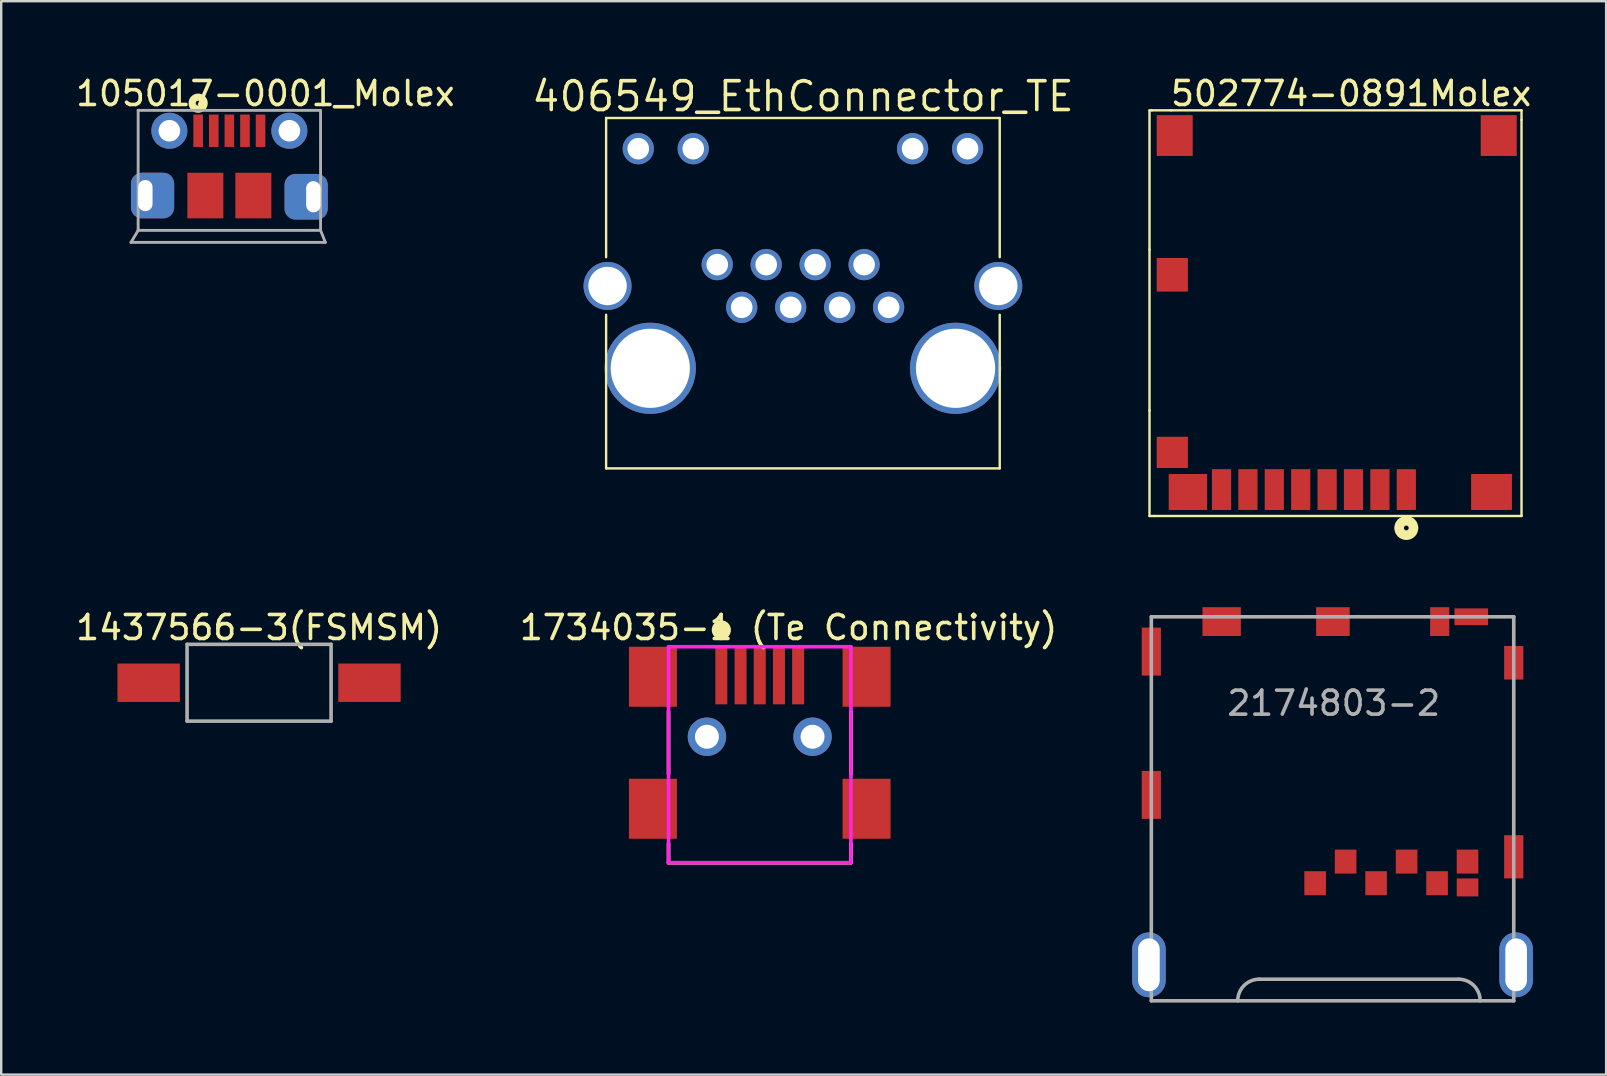
<source format=kicad_pcb>
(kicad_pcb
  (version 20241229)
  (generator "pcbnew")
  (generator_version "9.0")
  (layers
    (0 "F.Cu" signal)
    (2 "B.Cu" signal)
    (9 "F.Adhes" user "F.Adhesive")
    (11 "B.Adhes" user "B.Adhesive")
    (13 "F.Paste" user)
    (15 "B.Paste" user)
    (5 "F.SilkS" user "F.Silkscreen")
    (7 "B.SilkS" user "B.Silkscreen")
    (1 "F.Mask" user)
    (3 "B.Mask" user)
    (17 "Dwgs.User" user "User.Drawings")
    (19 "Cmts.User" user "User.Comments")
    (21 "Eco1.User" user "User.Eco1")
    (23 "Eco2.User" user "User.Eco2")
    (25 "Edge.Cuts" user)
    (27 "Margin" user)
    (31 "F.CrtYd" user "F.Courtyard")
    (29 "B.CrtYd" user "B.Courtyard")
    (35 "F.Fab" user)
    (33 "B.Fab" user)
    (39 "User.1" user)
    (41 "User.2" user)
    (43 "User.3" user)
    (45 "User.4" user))
  (footprint "105017-0001_Molex"
    (layer "F.Cu")
    (at 6.506 4.748)
    (property "Reference" "105017-0001_Molex" (at 1.5 -3.9 0) (layer "F.SilkS") (effects (font (size 1 1) (thickness 0.15))))
    (attr smd)
    (fp_circle (center -1.3 -3.5) (end -1.2 -3.5) (stroke (width 0.3) (type solid)) (fill no) (layer "F.SilkS"))
    (fp_line (start -4.1 2.3) (end -3.8 1.8) (stroke (width 0.12) (type solid)) (layer "F.Fab"))
    (fp_line (start -4.1 2.3) (end 4 2.3) (stroke (width 0.12) (type solid)) (layer "F.Fab"))
    (fp_line (start -3.8 -3.2) (end 3.8 -3.2) (stroke (width 0.12) (type solid)) (layer "F.Fab"))
    (fp_line (start -3.8 1.8) (end -3.8 -3.2) (stroke (width 0.12) (type solid)) (layer "F.Fab"))
    (fp_line (start -3.8 1.8) (end 3.8 1.8) (stroke (width 0.12) (type solid)) (layer "F.Fab"))
    (fp_line (start 3.8 -3.2) (end 3.8 1.8) (stroke (width 0.12) (type solid)) (layer "F.Fab"))
    (fp_line (start 4 2.3) (end 3.8 1.8) (stroke (width 0.12) (type solid)) (layer "F.Fab"))
    (pad "1" smd rect (at -1.3 -2.35) (size 0.4 1.35) (layers "F.Cu" "F.Mask" "F.Paste"))
    (pad "2" smd rect (at -0.65 -2.35) (size 0.4 1.35) (layers "F.Cu" "F.Mask" "F.Paste"))
    (pad "3" smd rect (at 0 -2.35) (size 0.4 1.35) (layers "F.Cu" "F.Mask" "F.Paste"))
    (pad "4" smd rect (at 0.65 -2.35) (size 0.4 1.35) (layers "F.Cu" "F.Mask" "F.Paste"))
    (pad "5" smd rect (at 1.3 -2.35) (size 0.4 1.35) (layers "F.Cu" "F.Mask" "F.Paste"))
    (pad "6" thru_hole circle (at -2.5 -2.35) (size 1.5 1.5) (drill 0.9) (layers "*.Cu" "*.Mask"))
    (pad "7" thru_hole circle (at 2.5 -2.35) (size 1.5 1.5) (drill 0.9) (layers "*.Cu" "*.Mask"))
    (pad "8" smd rect (at -1 0.35) (size 1.5 1.9) (layers "F.Cu" "F.Mask" "F.Paste"))
    (pad "9" smd rect (at 1 0.35) (size 1.5 1.9) (layers "F.Cu" "F.Mask" "F.Paste"))
    (pad "10" thru_hole roundrect (at -3.5 0.35) (size 1.8 1.9) (drill oval 0.6 1.3 (offset 0.3 0)) (layers "*.Cu" "*.Mask") (roundrect_rratio 0.25))
    (pad "11" thru_hole roundrect (at 3.5 0.4) (size 1.8 1.9) (drill oval 0.6 1.3 (offset -0.3 0)) (layers "*.Cu" "*.Mask") (roundrect_rratio 0.25)))
  (footprint "1734035-1 (Te Connectivity)"
    (layer "F.Cu")
    (at 28.604 23.896)
    (property "Reference" "1734035-1 (Te Connectivity)" (at 1.2 -0.8 0) (layer "F.SilkS") (effects (font (size 1 1) (thickness 0.15))))
    (attr smd)
    (fp_line (start -3.8 2.7) (end -3.8 5.3) (stroke (width 0.15) (type solid)) (layer "F.SilkS"))
    (fp_line (start -3.8 8.2) (end -3.8 9) (stroke (width 0.15) (type solid)) (layer "F.SilkS"))
    (fp_line (start -3.8 9) (end 3.8 9) (stroke (width 0.15) (type solid)) (layer "F.SilkS"))
    (fp_line (start 3.8 5.3) (end 3.8 2.7) (stroke (width 0.15) (type solid)) (layer "F.SilkS"))
    (fp_line (start 3.8 9) (end 3.8 8.2) (stroke (width 0.15) (type solid)) (layer "F.SilkS"))
    (fp_circle (center -1.6 -0.7) (end -1.4 -0.7) (stroke (width 0.4) (type solid)) (fill no) (layer "F.SilkS"))
    (fp_line (start -3.8 0) (end -3.8 9) (stroke (width 0.15) (type solid)) (layer "F.CrtYd"))
    (fp_line (start -3.8 9) (end 3.8 9) (stroke (width 0.15) (type solid)) (layer "F.CrtYd"))
    (fp_line (start 3.8 0) (end -3.8 0) (stroke (width 0.15) (type solid)) (layer "F.CrtYd"))
    (fp_line (start 3.8 9) (end 3.8 0) (stroke (width 0.15) (type solid)) (layer "F.CrtYd"))
    (pad "" np_thru_hole circle (at -2.2 3.75) (size 1.6 1.6) (drill 1) (layers "*.Cu" "*.Mask"))
    (pad "" np_thru_hole circle (at 2.2 3.75) (size 1.6 1.6) (drill 1) (layers "*.Cu" "*.Mask"))
    (pad "1" smd rect (at -1.6 1.2) (size 0.5 2.4) (layers "F.Cu" "F.Mask" "F.Paste"))
    (pad "2" smd rect (at -0.8 1.2) (size 0.5 2.4) (layers "F.Cu" "F.Mask" "F.Paste"))
    (pad "3" smd rect (at 0 1.2) (size 0.5 2.4) (layers "F.Cu" "F.Mask" "F.Paste"))
    (pad "4" smd rect (at 0.8 1.2) (size 0.5 2.4) (layers "F.Cu" "F.Mask" "F.Paste"))
    (pad "5" smd rect (at 1.6 1.2) (size 0.5 2.4) (layers "F.Cu" "F.Mask" "F.Paste"))
    (pad "6" smd rect (at -4.45 1.25) (size 2 2.5) (layers "F.Cu" "F.Mask" "F.Paste"))
    (pad "7" smd rect (at 4.45 1.25) (size 2 2.5) (layers "F.Cu" "F.Mask" "F.Paste"))
    (pad "8" smd rect (at -4.45 6.75) (size 2 2.5) (layers "F.Cu" "F.Mask" "F.Paste"))
    (pad "9" smd rect (at 4.45 6.75) (size 2 2.5) (layers "F.Cu" "F.Mask" "F.Paste")))
  (footprint "406549_EthConnector_TE"
    (layer "F.Cu")
    (at 30.403 8.865)
    (property "Reference" "406549_EthConnector_TE" (at 0 -7.9 0) (layer "F.SilkS") (effects (font (size 1.2 1.2) (thickness 0.15))))
    (attr through_hole)
    (fp_line (start -8.2 -7) (end -8.2 -1.2) (stroke (width 0.1) (type solid)) (layer "F.SilkS"))
    (fp_line (start -8.2 -7) (end 8.2 -7) (stroke (width 0.1) (type solid)) (layer "F.SilkS"))
    (fp_line (start -8.2 1.2) (end -8.2 7.6) (stroke (width 0.1) (type solid)) (layer "F.SilkS"))
    (fp_line (start -8.2 7.6) (end 8.2 7.6) (stroke (width 0.1) (type solid)) (layer "F.SilkS"))
    (fp_line (start 8.2 -7) (end 8.2 -1.2) (stroke (width 0.1) (type solid)) (layer "F.SilkS"))
    (fp_line (start 8.2 1.2) (end 8.2 7.6) (stroke (width 0.1) (type solid)) (layer "F.SilkS"))
    (pad "" np_thru_hole circle (at -6.36 3.43) (size 3.8 3.8) (drill 3.3) (layers "*.Cu" "*.Mask"))
    (pad "" np_thru_hole circle (at 6.36 3.43) (size 3.8 3.8) (drill 3.3) (layers "*.Cu" "*.Mask"))
    (pad "1" thru_hole circle (at 3.57 0.89) (size 1.3 1.3) (drill 0.9) (layers "*.Cu" "*.Mask"))
    (pad "2" thru_hole circle (at 2.55 -0.89) (size 1.3 1.3) (drill 0.9) (layers "*.Cu" "*.Mask"))
    (pad "3" thru_hole circle (at 1.53 0.89) (size 1.3 1.3) (drill 0.9) (layers "*.Cu" "*.Mask"))
    (pad "4" thru_hole circle (at 0.51 -0.89) (size 1.3 1.3) (drill 0.9) (layers "*.Cu" "*.Mask"))
    (pad "5" thru_hole circle (at -0.51 0.89) (size 1.3 1.3) (drill 0.9) (layers "*.Cu" "*.Mask"))
    (pad "6" thru_hole circle (at -1.53 -0.89) (size 1.3 1.3) (drill 0.9) (layers "*.Cu" "*.Mask"))
    (pad "7" thru_hole circle (at -2.55 0.89) (size 1.3 1.3) (drill 0.9) (layers "*.Cu" "*.Mask"))
    (pad "8" thru_hole circle (at -3.57 -0.89) (size 1.3 1.3) (drill 0.9) (layers "*.Cu" "*.Mask"))
    (pad "9" thru_hole circle (at 6.86 -5.72) (size 1.3 1.3) (drill 0.9) (layers "*.Cu" "*.Mask"))
    (pad "10" thru_hole circle (at 4.57 -5.72) (size 1.3 1.3) (drill 0.9) (layers "*.Cu" "*.Mask"))
    (pad "11" thru_hole circle (at -4.57 -5.72) (size 1.3 1.3) (drill 0.9) (layers "*.Cu" "*.Mask"))
    (pad "12" thru_hole circle (at -6.86 -5.72) (size 1.3 1.3) (drill 0.9) (layers "*.Cu" "*.Mask"))
    (pad "13" thru_hole circle (at 8.14 0) (size 2 2) (drill 1.6) (layers "*.Cu" "*.Mask"))
    (pad "14" thru_hole circle (at -8.14 0) (size 2 2) (drill 1.6) (layers "*.Cu" "*.Mask")))
  (footprint "1437566-3(FSMSM)"
    (layer "F.Cu")
    (at 7.744 25.396)
    (property "Reference" "1437566-3(FSMSM)" (at 0 -2.3 0) (layer "F.SilkS") (effects (font (size 1 1) (thickness 0.15))))
    (attr through_hole)
    (fp_line (start -3 -1.6) (end 3 -1.6) (stroke (width 0.15) (type solid)) (layer "F.Fab"))
    (fp_line (start -3 1.6) (end -3 -1.6) (stroke (width 0.15) (type solid)) (layer "F.Fab"))
    (fp_line (start 3 -1.6) (end 3 1.6) (stroke (width 0.15) (type solid)) (layer "F.Fab"))
    (fp_line (start 3 1.6) (end -3 1.6) (stroke (width 0.15) (type solid)) (layer "F.Fab"))
    (pad "1" smd rect (at -4.6 0) (size 2.6 1.6) (layers "F.Cu" "F.Mask" "F.Paste"))
    (pad "2" smd rect (at 4.6 0) (size 2.6 1.6) (layers "F.Cu" "F.Mask" "F.Paste")))
  (footprint "2174803-2"
    (layer "F.Cu")
    (at 44.919 22.648)
    (property "Reference" "2174803-2" (at 7.6 3.6 0) (layer "F.Fab") (effects (font (size 1 1) (thickness 0.15))))
    (attr through_hole)
    (fp_line (start 0 0) (end 15.1 0) (stroke (width 0.15) (type solid)) (layer "F.Fab"))
    (fp_line (start 0 16) (end 0 0) (stroke (width 0.15) (type solid)) (layer "F.Fab"))
    (fp_line (start 12.8 15.1) (end 4.5 15.1) (stroke (width 0.15) (type solid)) (layer "F.Fab"))
    (fp_line (start 15.1 0) (end 15.1 16) (stroke (width 0.15) (type solid)) (layer "F.Fab"))
    (fp_line (start 15.1 16) (end 0 16) (stroke (width 0.15) (type solid)) (layer "F.Fab"))
    (fp_arc (start 3.6 16) (mid 3.863604 15.363604) (end 4.5 15.1) (stroke (width 0.15) (type solid)) (layer "F.Fab"))
    (fp_arc (start 12.8 15.1) (mid 13.436396 15.363604) (end 13.7 16) (stroke (width 0.15) (type solid)) (layer "F.Fab"))
    (pad "1" smd rect (at 11.905 11.1) (size 0.9 1) (layers "F.Cu" "F.Mask" "F.Paste"))
    (pad "2" smd rect (at 9.365 11.1) (size 0.9 1) (layers "F.Cu" "F.Mask" "F.Paste"))
    (pad "3" smd rect (at 6.825 11.1) (size 0.9 1) (layers "F.Cu" "F.Mask" "F.Paste"))
    (pad "4" smd rect (at 13.175 10.2) (size 0.9 1) (layers "F.Cu" "F.Mask" "F.Paste"))
    (pad "5" smd rect (at 10.635 10.2) (size 0.9 1) (layers "F.Cu" "F.Mask" "F.Paste"))
    (pad "6" smd rect (at 8.095 10.2) (size 0.9 1) (layers "F.Cu" "F.Mask" "F.Paste"))
    (pad "7" smd rect (at 13.175 11.275) (size 0.9 0.75) (layers "F.Cu" "F.Mask" "F.Paste"))
    (pad "8" thru_hole oval (at 15.2 14.5) (size 1.4 2.7) (drill oval 0.9 2.2) (layers "*.Cu" "*.Mask"))
    (pad "9" smd rect (at 15.1 10) (size 0.8 1.8) (layers "F.Cu" "F.Mask" "F.Paste"))
    (pad "10" smd rect (at 15.1 1.915) (size 0.8 1.4) (layers "F.Cu" "F.Mask" "F.Paste"))
    (pad "11" smd rect (at 13.33 0) (size 1.4 0.7) (layers "F.Cu" "F.Mask" "F.Paste"))
    (pad "12" smd rect (at 12.015 0.2) (size 0.8 1.2) (layers "F.Cu" "F.Mask" "F.Paste"))
    (pad "13" smd rect (at 7.565 0.2) (size 1.4 1.2) (layers "F.Cu" "F.Mask" "F.Paste"))
    (pad "14" smd rect (at 2.93 0.2) (size 1.6 1.2) (layers "F.Cu" "F.Mask" "F.Paste"))
    (pad "15" smd rect (at 0 1.45) (size 0.8 2) (layers "F.Cu" "F.Mask" "F.Paste"))
    (pad "16" smd rect (at 0 7.42) (size 0.8 2) (layers "F.Cu" "F.Mask" "F.Paste"))
    (pad "17" thru_hole oval (at -0.1 14.5) (size 1.4 2.7) (drill oval 0.9 2.2) (layers "*.Cu" "*.Mask")))
  (footprint "502774-0891Molex"
    (layer "F.Cu")
    (at 46.643 1.748)
    (property "Reference" "502774-0891Molex" (at 6.6 -0.9 0) (layer "F.SilkS") (effects (font (size 1 1) (thickness 0.15))))
    (attr through_hole)
    (fp_line (start -1.8 -0.2) (end -1.7 -0.2) (stroke (width 0.1) (type solid)) (layer "F.SilkS"))
    (fp_line (start -1.8 5.6) (end -1.8 -0.2) (stroke (width 0.1) (type solid)) (layer "F.SilkS"))
    (fp_line (start -1.8 12.3) (end -1.8 5.6) (stroke (width 0.1) (type solid)) (layer "F.SilkS"))
    (fp_line (start -1.8 16.7) (end -1.8 12.3) (stroke (width 0.1) (type solid)) (layer "F.SilkS"))
    (fp_line (start -1.7 -0.2) (end -0.9 -0.2) (stroke (width 0.1) (type solid)) (layer "F.SilkS"))
    (fp_line (start -1.6 16.7) (end -1.8 16.7) (stroke (width 0.1) (type solid)) (layer "F.SilkS"))
    (fp_line (start -0.9 -0.2) (end 13.7 -0.2) (stroke (width 0.1) (type solid)) (layer "F.SilkS"))
    (fp_line (start 13.7 -0.2) (end 13.7 0.2) (stroke (width 0.1) (type solid)) (layer "F.SilkS"))
    (fp_line (start 13.7 0.2) (end 13.7 16.7) (stroke (width 0.1) (type solid)) (layer "F.SilkS"))
    (fp_line (start 13.7 16.7) (end -1.6 16.7) (stroke (width 0.1) (type solid)) (layer "F.SilkS"))
    (fp_circle (center 8.9 17.2) (end 8.9 17.3) (stroke (width 0.4) (type solid)) (fill no) (layer "F.SilkS"))
    (pad "1" smd rect (at 8.9 15.6) (size 0.8 1.7) (layers "F.Cu" "F.Mask" "F.Paste"))
    (pad "2" smd rect (at 7.8 15.6) (size 0.8 1.7) (layers "F.Cu" "F.Mask" "F.Paste"))
    (pad "3" smd rect (at 6.7 15.6) (size 0.8 1.7) (layers "F.Cu" "F.Mask" "F.Paste"))
    (pad "4" smd rect (at 5.6 15.6) (size 0.8 1.7) (layers "F.Cu" "F.Mask" "F.Paste"))
    (pad "5" smd rect (at 4.5 15.6) (size 0.8 1.7) (layers "F.Cu" "F.Mask" "F.Paste"))
    (pad "6" smd rect (at 3.4 15.6) (size 0.8 1.7) (layers "F.Cu" "F.Mask" "F.Paste"))
    (pad "7" smd rect (at 2.3 15.6) (size 0.8 1.7) (layers "F.Cu" "F.Mask" "F.Paste"))
    (pad "8" smd rect (at 1.2 15.6) (size 0.8 1.7) (layers "F.Cu" "F.Mask" "F.Paste"))
    (pad "9" smd rect (at 12.45 15.7) (size 1.7 1.5) (layers "F.Cu" "F.Mask" "F.Paste"))
    (pad "10" smd rect (at -0.2 15.7) (size 1.6 1.5) (layers "F.Cu" "F.Mask" "F.Paste"))
    (pad "11" smd rect (at -0.75 0.85) (size 1.5 1.7) (layers "F.Cu" "F.Mask" "F.Paste"))
    (pad "12" smd rect (at -0.85 14.05) (size 1.3 1.3) (layers "F.Cu" "F.Mask" "F.Paste"))
    (pad "13" smd rect (at -0.85 6.65) (size 1.3 1.4) (layers "F.Cu" "F.Mask" "F.Paste"))
    (pad "14" smd rect (at 12.75 0.85) (size 1.5 1.7) (layers "F.Cu" "F.Mask" "F.Paste")))
  (gr_rect
    (start -3 -3)
    (end 63.868 41.723)
    (stroke (width 0.1) (type default))
    (fill no)
    (layer "Edge.Cuts")))
</source>
